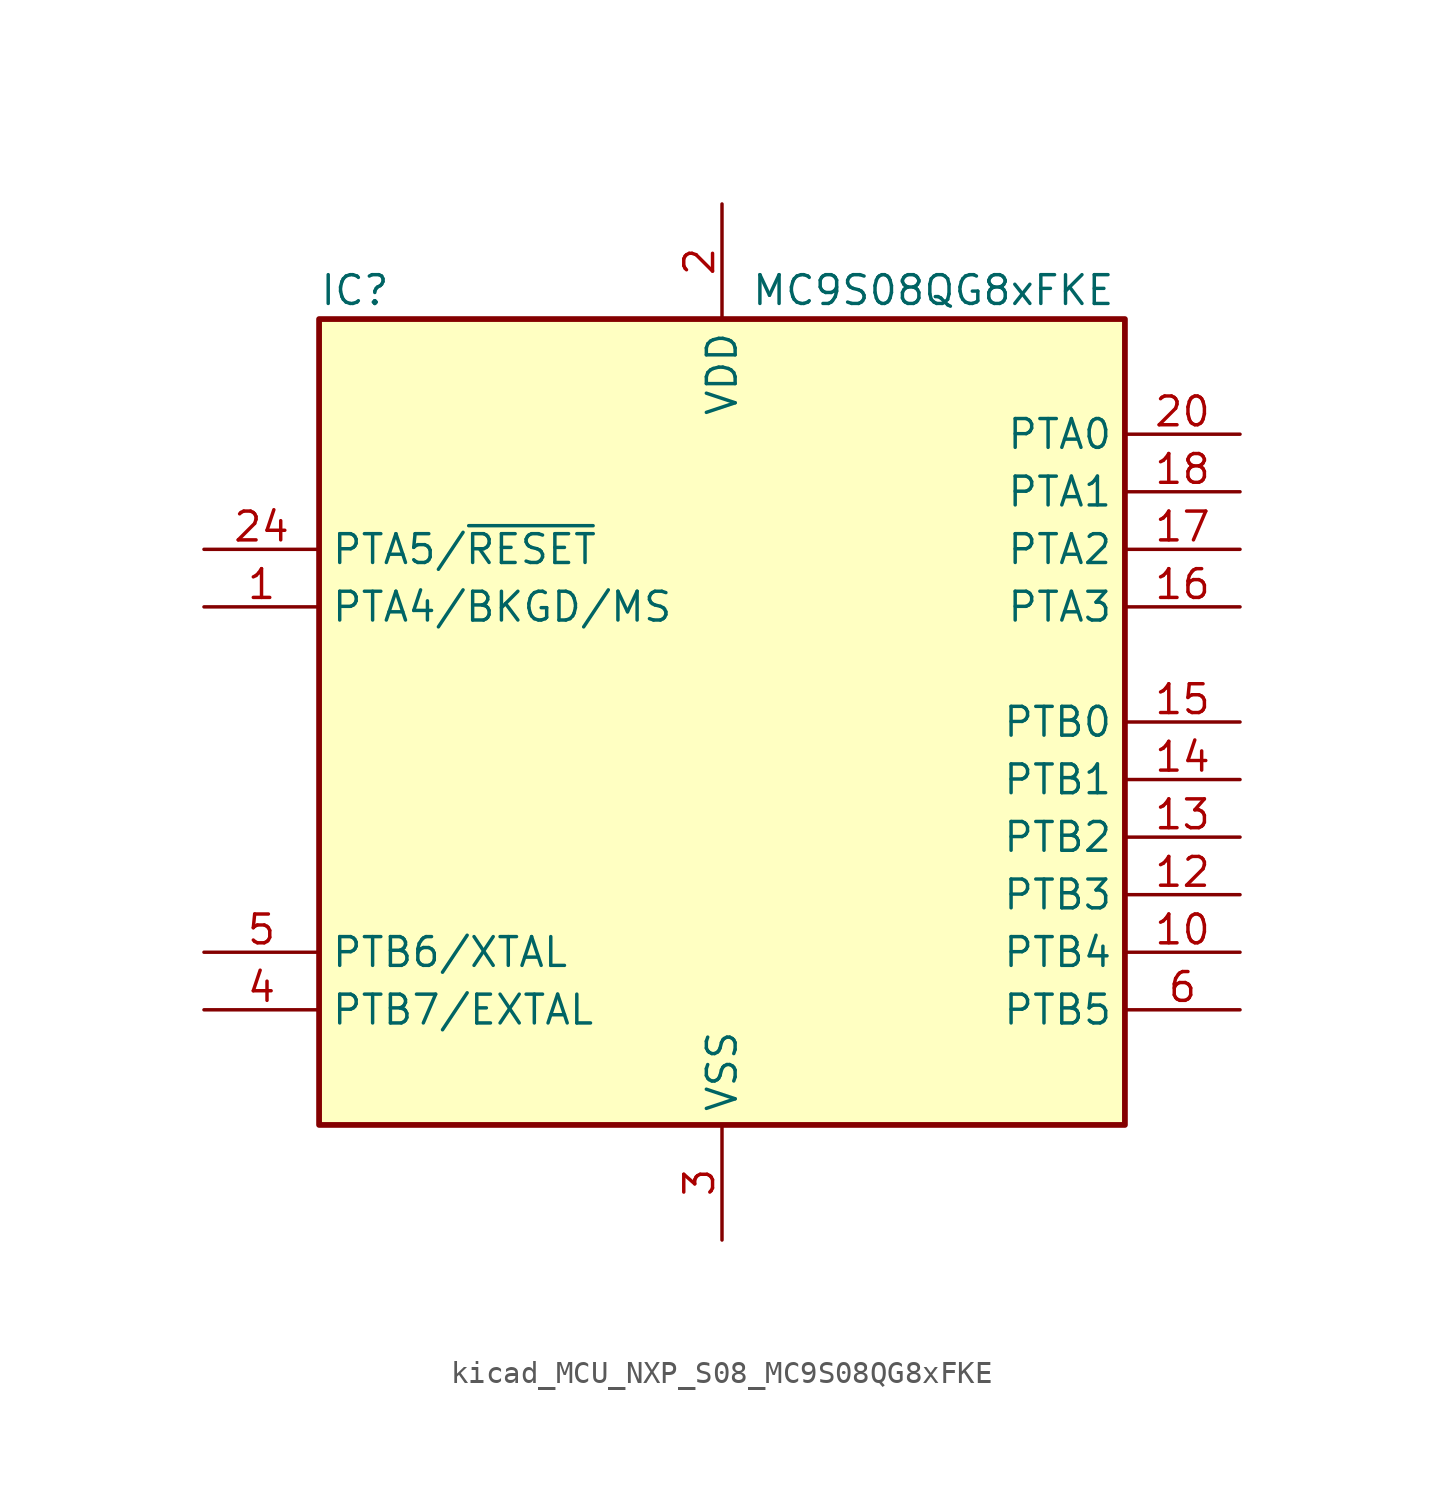
<source format=kicad_sym>
(kicad_symbol_lib
  (version 20220914)
  (generator kicad_symbol_editor)
  (symbol "kicad_MCU_NXP_S08_MC9S08QG8xFKE"
    (property "Reference" "IC"
      (at -17.78 19.05 0)
      (effects (font (size 1.27 1.27)) (justify left)))
    (property "Value" "MC9S08QG8xFKE"
      (at 1.27 19.05 0)
      (effects (font (size 1.27 1.27)) (justify left)))
    (symbol "kicad_MCU_NXP_S08_MC9S08QG8xFKE_0_1"
      (rectangle (start -17.78 17.78) (end 17.78 -17.78) (stroke (width 0.254) (type default)) (fill (type background))))
    (symbol "kicad_MCU_NXP_S08_MC9S08QG8xFKE_1_1"
      (pin bidirectional line (at -22.86 5.08 0) (length 5.08) (name "PTA4/BKGD/MS" (effects (font (size 1.27 1.27)))) (number "1" (effects (font (size 1.27 1.27)))))
      (pin bidirectional line (at 22.86 -10.16 180) (length 5.08) (name "PTB4" (effects (font (size 1.27 1.27)))) (number "10" (effects (font (size 1.27 1.27)))))
      (pin bidirectional line (at 22.86 -7.62 180) (length 5.08) (name "PTB3" (effects (font (size 1.27 1.27)))) (number "12" (effects (font (size 1.27 1.27)))))
      (pin bidirectional line (at 22.86 -5.08 180) (length 5.08) (name "PTB2" (effects (font (size 1.27 1.27)))) (number "13" (effects (font (size 1.27 1.27)))))
      (pin bidirectional line (at 22.86 -2.54 180) (length 5.08) (name "PTB1" (effects (font (size 1.27 1.27)))) (number "14" (effects (font (size 1.27 1.27)))))
      (pin bidirectional line (at 22.86 0 180) (length 5.08) (name "PTB0" (effects (font (size 1.27 1.27)))) (number "15" (effects (font (size 1.27 1.27)))))
      (pin bidirectional line (at 22.86 5.08 180) (length 5.08) (name "PTA3" (effects (font (size 1.27 1.27)))) (number "16" (effects (font (size 1.27 1.27)))))
      (pin bidirectional line (at 22.86 7.62 180) (length 5.08) (name "PTA2" (effects (font (size 1.27 1.27)))) (number "17" (effects (font (size 1.27 1.27)))))
      (pin bidirectional line (at 22.86 10.16 180) (length 5.08) (name "PTA1" (effects (font (size 1.27 1.27)))) (number "18" (effects (font (size 1.27 1.27)))))
      (pin power_in line (at 0 22.86 270) (length 5.08) (name "VDD" (effects (font (size 1.27 1.27)))) (number "2" (effects (font (size 1.27 1.27)))))
      (pin bidirectional line (at 22.86 12.7 180) (length 5.08) (name "PTA0" (effects (font (size 1.27 1.27)))) (number "20" (effects (font (size 1.27 1.27)))))
      (pin bidirectional line (at -22.86 7.62 0) (length 5.08) (name "PTA5/~{RESET}" (effects (font (size 1.27 1.27)))) (number "24" (effects (font (size 1.27 1.27)))))
      (pin power_in line (at 0 -22.86 90) (length 5.08) (name "VSS" (effects (font (size 1.27 1.27)))) (number "3" (effects (font (size 1.27 1.27)))))
      (pin bidirectional line (at -22.86 -12.7 0) (length 5.08) (name "PTB7/EXTAL" (effects (font (size 1.27 1.27)))) (number "4" (effects (font (size 1.27 1.27)))))
      (pin bidirectional line (at -22.86 -10.16 0) (length 5.08) (name "PTB6/XTAL" (effects (font (size 1.27 1.27)))) (number "5" (effects (font (size 1.27 1.27)))))
      (pin bidirectional line (at 22.86 -12.7 180) (length 5.08) (name "PTB5" (effects (font (size 1.27 1.27)))) (number "6" (effects (font (size 1.27 1.27))))))))
</source>
